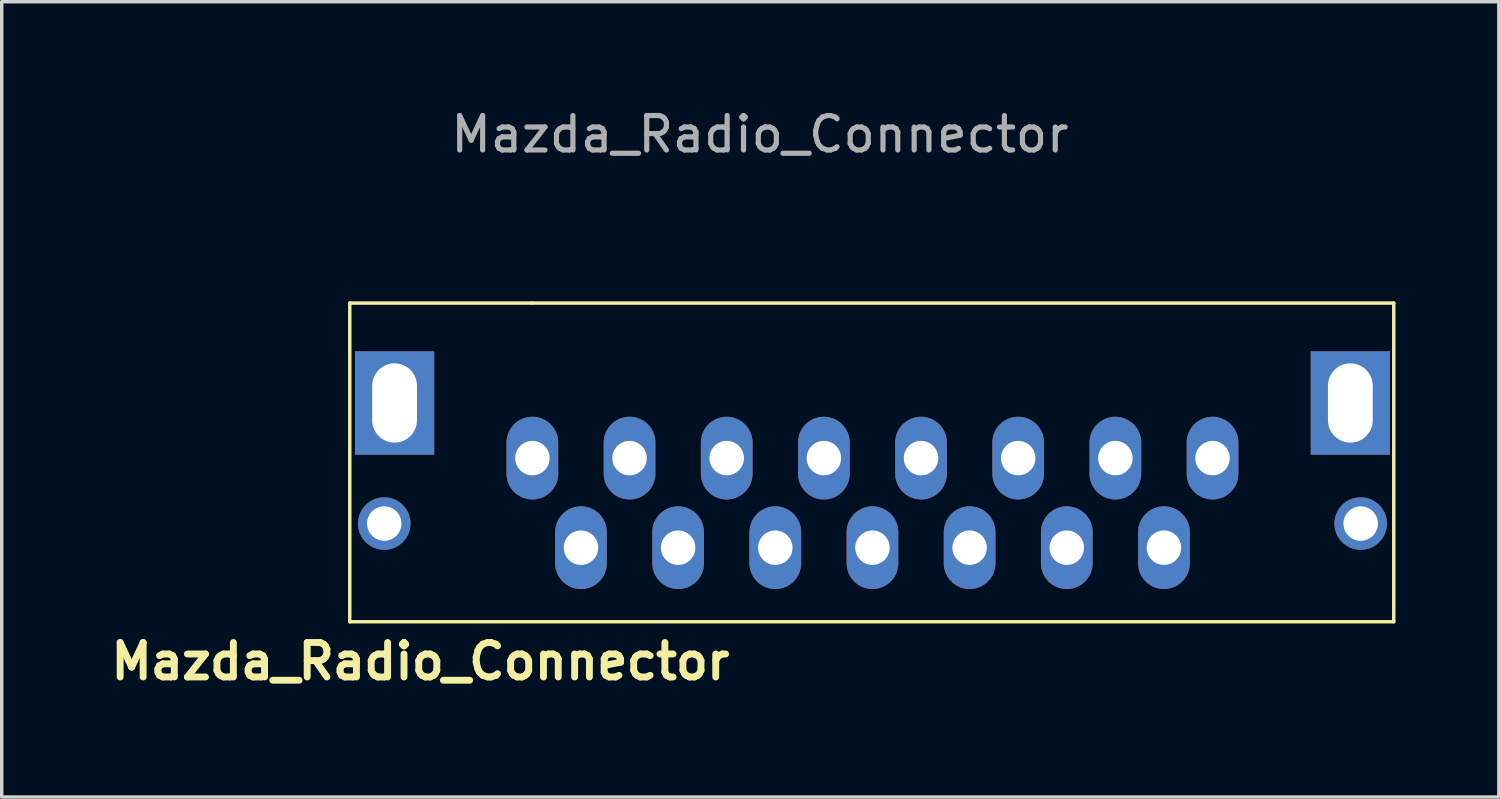
<source format=kicad_pcb>
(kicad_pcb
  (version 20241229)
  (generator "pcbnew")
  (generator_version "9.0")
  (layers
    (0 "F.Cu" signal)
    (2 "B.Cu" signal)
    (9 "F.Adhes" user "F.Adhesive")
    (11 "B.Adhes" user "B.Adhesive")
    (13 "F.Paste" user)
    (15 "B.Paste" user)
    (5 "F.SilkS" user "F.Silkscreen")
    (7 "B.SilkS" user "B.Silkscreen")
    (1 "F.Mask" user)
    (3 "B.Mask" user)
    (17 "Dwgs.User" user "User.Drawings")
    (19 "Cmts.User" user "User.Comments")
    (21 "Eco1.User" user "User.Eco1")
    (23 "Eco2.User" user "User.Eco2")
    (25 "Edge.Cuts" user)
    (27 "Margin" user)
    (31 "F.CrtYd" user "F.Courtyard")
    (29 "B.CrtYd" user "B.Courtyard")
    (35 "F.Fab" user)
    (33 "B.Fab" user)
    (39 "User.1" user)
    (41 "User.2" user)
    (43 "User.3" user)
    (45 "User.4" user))
  (footprint "Mazda_Radio_Connector"
    (layer "F.Cu")
    (at 12.402 10.246)
    (property "Reference" "Mazda_Radio_Connector" (at -3.25 5.9 0) (unlocked yes) (layer "F.SilkS") (effects (font (size 1 1) (thickness 0.2) (bold yes))))
    (attr through_hole)
    (fp_line (start -5.3 -4.5) (end -5.3 4.75) (stroke (width 0.1) (type default)) (layer "F.SilkS"))
    (fp_line (start -5.3 4.75) (end 25 4.75) (stroke (width 0.1) (type default)) (layer "F.SilkS"))
    (fp_line (start 0 -4.5) (end -5.3 -4.5) (stroke (width 0.1) (type default)) (layer "F.SilkS"))
    (fp_line (start 0 -4.5) (end 25 -4.5) (stroke (width 0.1) (type default)) (layer "F.SilkS"))
    (fp_line (start 25 -4.5) (end 25 4.75) (stroke (width 0.1) (type default)) (layer "F.SilkS"))
    (fp_text user "${REFERENCE}" (at 6.604 -9.398 0) (unlocked yes) (layer "F.Fab") (effects (font (size 1 1) (thickness 0.15))))
    (pad "1" thru_hole oval (at 19.74 0) (size 1.5 2.4) (drill 1) (layers "*.Cu" "*.Mask"))
    (pad "2" thru_hole oval (at 18.33 2.6) (size 1.5 2.4) (drill 1) (layers "*.Cu" "*.Mask"))
    (pad "3" thru_hole oval (at 16.92 0) (size 1.5 2.4) (drill 1) (layers "*.Cu" "*.Mask"))
    (pad "4" thru_hole oval (at 15.51 2.6) (size 1.5 2.4) (drill 1) (layers "*.Cu" "*.Mask"))
    (pad "5" thru_hole oval (at 14.1 0) (size 1.5 2.4) (drill 1) (layers "*.Cu" "*.Mask"))
    (pad "6" thru_hole oval (at 12.69 2.6) (size 1.5 2.4) (drill 1) (layers "*.Cu" "*.Mask"))
    (pad "7" thru_hole oval (at 11.28 0) (size 1.5 2.4) (drill 1) (layers "*.Cu" "*.Mask"))
    (pad "8" thru_hole oval (at 9.87 2.6) (size 1.5 2.4) (drill 1) (layers "*.Cu" "*.Mask"))
    (pad "9" thru_hole oval (at 8.46 0) (size 1.5 2.4) (drill 1) (layers "*.Cu" "*.Mask"))
    (pad "10" thru_hole circle (at -4.3 1.9) (size 1.524 1.524) (drill 1) (layers "*.Cu" "*.Mask"))
    (pad "10" thru_hole rect (at -4 -1.6) (size 2.3 3) (drill oval 1.3 2.3) (layers "*.Cu" "*.Mask"))
    (pad "10" thru_hole oval (at 7.05 2.6) (size 1.5 2.4) (drill 1) (layers "*.Cu" "*.Mask"))
    (pad "10" thru_hole rect (at 23.74 -1.6) (size 2.3 3) (drill oval 1.3 2.3) (layers "*.Cu" "*.Mask"))
    (pad "10" thru_hole circle (at 24.04 1.9) (size 1.524 1.524) (drill 1) (layers "*.Cu" "*.Mask"))
    (pad "11" thru_hole oval (at 5.64 0) (size 1.5 2.4) (drill 1) (layers "*.Cu" "*.Mask"))
    (pad "12" thru_hole oval (at 4.23 2.6) (size 1.5 2.4) (drill 1) (layers "*.Cu" "*.Mask"))
    (pad "13" thru_hole oval (at 2.82 0) (size 1.5 2.4) (drill 1) (layers "*.Cu" "*.Mask"))
    (pad "14" thru_hole oval (at 1.41 2.6) (size 1.5 2.4) (drill 1) (layers "*.Cu" "*.Mask"))
    (pad "15" thru_hole oval (at 0 0) (size 1.5 2.4) (drill 1) (layers "*.Cu" "*.Mask")))
  (gr_rect
    (start -3 -3)
    (end 40.452 20.082)
    (stroke (width 0.1) (type default))
    (fill no)
    (layer "Edge.Cuts")))
</source>
